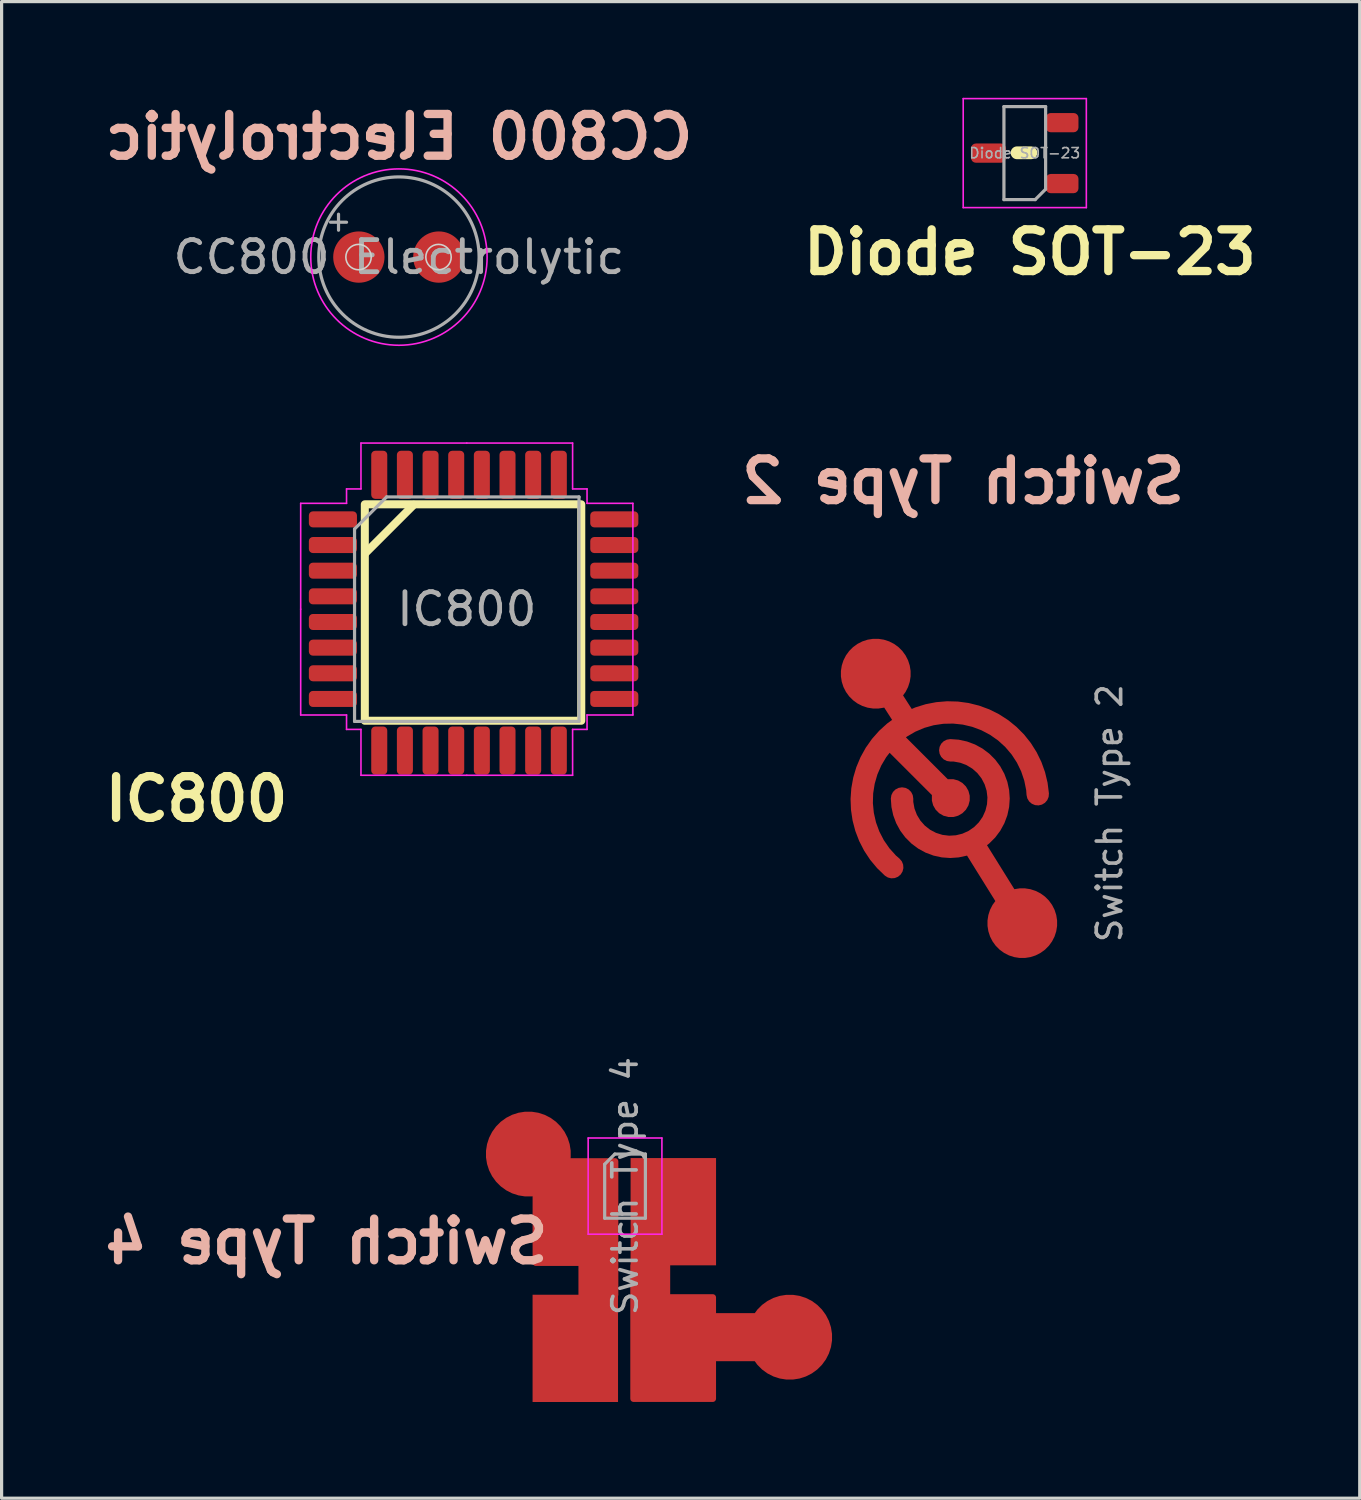
<source format=kicad_pcb>
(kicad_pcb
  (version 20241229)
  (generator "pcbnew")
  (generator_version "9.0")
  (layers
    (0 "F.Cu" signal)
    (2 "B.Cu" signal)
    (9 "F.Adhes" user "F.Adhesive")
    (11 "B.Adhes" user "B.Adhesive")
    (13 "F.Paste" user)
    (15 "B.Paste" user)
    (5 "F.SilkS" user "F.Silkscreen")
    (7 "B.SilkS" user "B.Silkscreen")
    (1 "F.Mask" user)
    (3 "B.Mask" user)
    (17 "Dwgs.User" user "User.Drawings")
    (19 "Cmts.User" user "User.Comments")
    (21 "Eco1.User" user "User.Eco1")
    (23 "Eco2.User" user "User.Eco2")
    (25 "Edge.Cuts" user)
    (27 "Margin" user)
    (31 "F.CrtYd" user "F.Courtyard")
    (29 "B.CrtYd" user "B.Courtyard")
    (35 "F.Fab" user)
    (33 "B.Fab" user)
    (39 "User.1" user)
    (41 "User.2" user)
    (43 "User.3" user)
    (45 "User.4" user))
  (footprint "CC800 Electrolytic"
    (layer "F.Cu")
    (at 8.141 4.967)
    (property "Reference" "CC800 Electrolytic" (at 1.25 -3.75 0) (layer "B.SilkS") (effects (font (size 1.3 1.3) (thickness 0.26) (bold yes)) (justify mirror)))
    (attr through_hole)
    (fp_circle (center -0.01 0) (end 0.27 0.28) (stroke (width 0.05) (type default)) (fill no) (layer "Edge.Cuts"))
    (fp_circle (center 2.484 0) (end 2.764 0.28) (stroke (width 0.05) (type default)) (fill no) (layer "Edge.Cuts"))
    (fp_circle (center 1.25 0) (end 4 0) (stroke (width 0.05) (type solid)) (fill no) (layer "F.CrtYd"))
    (fp_line (start -0.884 -1.087) (end -0.384 -1.087) (stroke (width 0.1) (type solid)) (layer "F.Fab"))
    (fp_line (start -0.634 -1.337) (end -0.634 -0.838) (stroke (width 0.1) (type solid)) (layer "F.Fab"))
    (fp_circle (center 1.25 0) (end 3.75 0) (stroke (width 0.1) (type solid)) (fill no) (layer "F.Fab"))
    (fp_text user "${REFERENCE}" (at 1.25 0 0) (layer "F.Fab") (effects (font (size 1 1) (thickness 0.15))))
    (pad "1" smd circle (at 0 0) (size 1.6 1.6) (layers "F.Cu" "F.Mask" "F.Paste"))
    (pad "2" smd circle (at 2.494 0) (size 1.6 1.6) (layers "F.Cu" "F.Mask" "F.Paste")))
  (footprint "Switch Type 4"
    (layer "F.Cu")
    (at 16.442 33.44)
    (property "Reference" "Switch Type 4" (at -9.31 2.224 0) (layer "B.SilkS") (effects (font (size 1.3 1.3) (thickness 0.26) (bold yes)) (justify mirror)))
    (attr through_hole)
    (fp_line (start -1.15 -1) (end -1.15 2) (stroke (width 0.05) (type solid)) (layer "F.CrtYd"))
    (fp_line (start -1.15 2) (end 1.15 2) (stroke (width 0.05) (type solid)) (layer "F.CrtYd"))
    (fp_line (start 1.15 -1) (end -1.15 -1) (stroke (width 0.05) (type solid)) (layer "F.CrtYd"))
    (fp_line (start 1.15 2) (end 1.15 -1) (stroke (width 0.05) (type solid)) (layer "F.CrtYd"))
    (fp_line (start -0.635 -0.182) (end -0.318 -0.5) (stroke (width 0.1) (type solid)) (layer "F.Fab"))
    (fp_line (start -0.635 1.5) (end -0.635 -0.182) (stroke (width 0.1) (type solid)) (layer "F.Fab"))
    (fp_line (start -0.318 -0.5) (end 0.635 -0.5) (stroke (width 0.1) (type solid)) (layer "F.Fab"))
    (fp_line (start 0.635 -0.5) (end 0.635 1.5) (stroke (width 0.1) (type solid)) (layer "F.Fab"))
    (fp_line (start 0.635 1.5) (end -0.635 1.5) (stroke (width 0.1) (type solid)) (layer "F.Fab"))
    (fp_text user "${REFERENCE}" (at 0 0.5 90) (layer "F.Fab") (effects (font (size 0.76 0.76) (thickness 0.114))))
    (pad "1" smd custom (at 1.506 1.298) (size 2.665 3.345) (layers "F.Cu" "F.Mask") (options (anchor rect)) (primitives (gr_rect (start -1.242 1.673) (end -0.198 2.732) (width 0.2) (fill yes)) (gr_rect (start -1.242 2.672) (end 1.232 5.832) (width 0.2) (fill yes)) (gr_rect (start 0.522 3.263) (end 3.628 4.562) (width 0.2) (fill yes)) (gr_circle (center 3.628 3.913) (end 4.853 3.913) (width 0.2) (fill yes))))
    (pad "2" smd custom (at -1.551 5.56 180) (size 2.665 3.345) (layers "F.Cu" "F.Mask") (options (anchor rect)) (primitives (gr_rect (start -1.242 1.673) (end -0.198 2.732) (width 0.2) (fill yes)) (gr_rect (start -1.242 2.672) (end 1.232 5.832) (width 0.2) (fill yes)) (gr_circle (center 1.464 6.06) (end 2.689 6.06) (width 0.2) (fill yes)))))
  (footprint "IC800"
    (layer "F.Cu")
    (at 11.677 16.187)
    (property "Reference" "IC800" (at -8.6 5.68 180) (layer "F.SilkS") (effects (font (size 1.3 1.3) (thickness 0.26) (bold yes))))
    (attr smd)
    (fp_line (start -3.335 -1.985) (end -1.825 -3.495) (stroke (width 0.25) (type default)) (layer "F.SilkS"))
    (fp_rect (start -3.35 -3.51) (end 3.4 3.24) (stroke (width 0.25) (type default)) (fill no) (layer "F.SilkS"))
    (fp_line (start -5.35 -3.54) (end -5.35 -0.24) (stroke (width 0.05) (type solid)) (layer "F.CrtYd"))
    (fp_line (start -5.35 3.06) (end -5.35 -0.24) (stroke (width 0.05) (type solid)) (layer "F.CrtYd"))
    (fp_line (start -3.92 -3.99) (end -3.92 -3.54) (stroke (width 0.05) (type solid)) (layer "F.CrtYd"))
    (fp_line (start -3.92 -3.54) (end -5.35 -3.54) (stroke (width 0.05) (type solid)) (layer "F.CrtYd"))
    (fp_line (start -3.92 3.06) (end -5.35 3.06) (stroke (width 0.05) (type solid)) (layer "F.CrtYd"))
    (fp_line (start -3.92 3.51) (end -3.92 3.06) (stroke (width 0.05) (type solid)) (layer "F.CrtYd"))
    (fp_line (start -3.47 -5.42) (end -3.47 -3.99) (stroke (width 0.05) (type solid)) (layer "F.CrtYd"))
    (fp_line (start -3.47 -3.99) (end -3.92 -3.99) (stroke (width 0.05) (type solid)) (layer "F.CrtYd"))
    (fp_line (start -3.47 3.51) (end -3.92 3.51) (stroke (width 0.05) (type solid)) (layer "F.CrtYd"))
    (fp_line (start -3.47 4.94) (end -3.47 3.51) (stroke (width 0.05) (type solid)) (layer "F.CrtYd"))
    (fp_line (start -0.17 -5.42) (end -3.47 -5.42) (stroke (width 0.05) (type solid)) (layer "F.CrtYd"))
    (fp_line (start -0.17 -5.42) (end 3.13 -5.42) (stroke (width 0.05) (type solid)) (layer "F.CrtYd"))
    (fp_line (start -0.17 4.94) (end -3.47 4.94) (stroke (width 0.05) (type solid)) (layer "F.CrtYd"))
    (fp_line (start -0.17 4.94) (end 3.13 4.94) (stroke (width 0.05) (type solid)) (layer "F.CrtYd"))
    (fp_line (start 3.13 -5.42) (end 3.13 -3.99) (stroke (width 0.05) (type solid)) (layer "F.CrtYd"))
    (fp_line (start 3.13 -3.99) (end 3.58 -3.99) (stroke (width 0.05) (type solid)) (layer "F.CrtYd"))
    (fp_line (start 3.13 3.51) (end 3.58 3.51) (stroke (width 0.05) (type solid)) (layer "F.CrtYd"))
    (fp_line (start 3.13 4.94) (end 3.13 3.51) (stroke (width 0.05) (type solid)) (layer "F.CrtYd"))
    (fp_line (start 3.58 -3.99) (end 3.58 -3.54) (stroke (width 0.05) (type solid)) (layer "F.CrtYd"))
    (fp_line (start 3.58 -3.54) (end 5.01 -3.54) (stroke (width 0.05) (type solid)) (layer "F.CrtYd"))
    (fp_line (start 3.58 3.06) (end 5.01 3.06) (stroke (width 0.05) (type solid)) (layer "F.CrtYd"))
    (fp_line (start 3.58 3.51) (end 3.58 3.06) (stroke (width 0.05) (type solid)) (layer "F.CrtYd"))
    (fp_line (start 5.01 -3.54) (end 5.01 -0.24) (stroke (width 0.05) (type solid)) (layer "F.CrtYd"))
    (fp_line (start 5.01 3.06) (end 5.01 -0.24) (stroke (width 0.05) (type solid)) (layer "F.CrtYd"))
    (fp_line (start -3.67 -2.74) (end -2.67 -3.74) (stroke (width 0.1) (type solid)) (layer "F.Fab"))
    (fp_line (start -3.67 3.26) (end -3.67 -2.74) (stroke (width 0.1) (type solid)) (layer "F.Fab"))
    (fp_line (start -2.67 -3.74) (end 3.33 -3.74) (stroke (width 0.1) (type solid)) (layer "F.Fab"))
    (fp_line (start 3.33 -3.74) (end 3.33 3.26) (stroke (width 0.1) (type solid)) (layer "F.Fab"))
    (fp_line (start 3.33 3.26) (end -3.67 3.26) (stroke (width 0.1) (type solid)) (layer "F.Fab"))
    (fp_text user "${REFERENCE}" (at -0.17 -0.24 180) (layer "F.Fab") (effects (font (size 1 1) (thickness 0.15))))
    (pad "1" smd roundrect (at -4.345 -3.04) (size 1.5 0.5) (layers "F.Cu" "F.Mask" "F.Paste") (roundrect_rratio 0.25))
    (pad "2" smd roundrect (at -4.345 -2.24) (size 1.5 0.5) (layers "F.Cu" "F.Mask" "F.Paste") (roundrect_rratio 0.25))
    (pad "3" smd roundrect (at -4.345 -1.44) (size 1.5 0.5) (layers "F.Cu" "F.Mask" "F.Paste") (roundrect_rratio 0.25))
    (pad "4" smd roundrect (at -4.345 -0.64) (size 1.5 0.5) (layers "F.Cu" "F.Mask" "F.Paste") (roundrect_rratio 0.25))
    (pad "5" smd roundrect (at -4.345 0.16) (size 1.5 0.5) (layers "F.Cu" "F.Mask" "F.Paste") (roundrect_rratio 0.25))
    (pad "6" smd roundrect (at -4.345 0.96) (size 1.5 0.5) (layers "F.Cu" "F.Mask" "F.Paste") (roundrect_rratio 0.25))
    (pad "7" smd roundrect (at -4.345 1.76) (size 1.5 0.5) (layers "F.Cu" "F.Mask" "F.Paste") (roundrect_rratio 0.25))
    (pad "8" smd roundrect (at -4.345 2.56) (size 1.5 0.5) (layers "F.Cu" "F.Mask" "F.Paste") (roundrect_rratio 0.25))
    (pad "9" smd roundrect (at -2.9 4.17) (size 0.5 1.5) (layers "F.Cu" "F.Mask" "F.Paste") (roundrect_rratio 0.25))
    (pad "10" smd roundrect (at -2.1 4.17) (size 0.5 1.5) (layers "F.Cu" "F.Mask" "F.Paste") (roundrect_rratio 0.25))
    (pad "11" smd roundrect (at -1.3 4.17) (size 0.5 1.5) (layers "F.Cu" "F.Mask" "F.Paste") (roundrect_rratio 0.25))
    (pad "12" smd roundrect (at -0.5 4.17) (size 0.5 1.5) (layers "F.Cu" "F.Mask" "F.Paste") (roundrect_rratio 0.25))
    (pad "13" smd roundrect (at 0.3 4.17) (size 0.5 1.5) (layers "F.Cu" "F.Mask" "F.Paste") (roundrect_rratio 0.25))
    (pad "14" smd roundrect (at 1.1 4.17) (size 0.5 1.5) (layers "F.Cu" "F.Mask" "F.Paste") (roundrect_rratio 0.25))
    (pad "15" smd roundrect (at 1.9 4.17) (size 0.5 1.5) (layers "F.Cu" "F.Mask" "F.Paste") (roundrect_rratio 0.25))
    (pad "16" smd roundrect (at 2.7 4.17) (size 0.5 1.5) (layers "F.Cu" "F.Mask" "F.Paste") (roundrect_rratio 0.25))
    (pad "17" smd roundrect (at 4.43 2.56) (size 1.5 0.5) (layers "F.Cu" "F.Mask" "F.Paste") (roundrect_rratio 0.25))
    (pad "18" smd roundrect (at 4.43 1.76) (size 1.5 0.5) (layers "F.Cu" "F.Mask" "F.Paste") (roundrect_rratio 0.25))
    (pad "19" smd roundrect (at 4.43 0.96) (size 1.5 0.5) (layers "F.Cu" "F.Mask" "F.Paste") (roundrect_rratio 0.25))
    (pad "20" smd roundrect (at 4.43 0.16) (size 1.5 0.5) (layers "F.Cu" "F.Mask" "F.Paste") (roundrect_rratio 0.25))
    (pad "21" smd roundrect (at 4.43 -0.64) (size 1.5 0.5) (layers "F.Cu" "F.Mask" "F.Paste") (roundrect_rratio 0.25))
    (pad "22" smd roundrect (at 4.43 -1.44) (size 1.5 0.5) (layers "F.Cu" "F.Mask" "F.Paste") (roundrect_rratio 0.25))
    (pad "23" smd roundrect (at 4.43 -2.24) (size 1.5 0.5) (layers "F.Cu" "F.Mask" "F.Paste") (roundrect_rratio 0.25))
    (pad "24" smd roundrect (at 4.43 -3.04) (size 1.5 0.5) (layers "F.Cu" "F.Mask" "F.Paste") (roundrect_rratio 0.25))
    (pad "25" smd roundrect (at 2.7 -4.43) (size 0.5 1.5) (layers "F.Cu" "F.Mask" "F.Paste") (roundrect_rratio 0.25))
    (pad "26" smd roundrect (at 1.9 -4.43) (size 0.5 1.5) (layers "F.Cu" "F.Mask" "F.Paste") (roundrect_rratio 0.25))
    (pad "27" smd roundrect (at 1.1 -4.43) (size 0.5 1.5) (layers "F.Cu" "F.Mask" "F.Paste") (roundrect_rratio 0.25))
    (pad "28" smd roundrect (at 0.3 -4.43) (size 0.5 1.5) (layers "F.Cu" "F.Mask" "F.Paste") (roundrect_rratio 0.25))
    (pad "29" smd roundrect (at -0.5 -4.43) (size 0.5 1.5) (layers "F.Cu" "F.Mask" "F.Paste") (roundrect_rratio 0.25))
    (pad "30" smd roundrect (at -1.3 -4.43) (size 0.5 1.5) (layers "F.Cu" "F.Mask" "F.Paste") (roundrect_rratio 0.25))
    (pad "31" smd roundrect (at -2.1 -4.43) (size 0.5 1.5) (layers "F.Cu" "F.Mask" "F.Paste") (roundrect_rratio 0.25))
    (pad "32" smd roundrect (at -2.9 -4.43) (size 0.5 1.5) (layers "F.Cu" "F.Mask" "F.Paste") (roundrect_rratio 0.25)))
  (footprint "Diode SOT-23"
    (layer "F.Cu")
    (at 28.908 1.715)
    (property "Reference" "Diode SOT-23" (at 0.16 3.1 0) (layer "F.SilkS") (effects (font (size 1.3 1.3) (thickness 0.26) (bold yes))))
    (attr smd)
    (fp_line (start -0.24 0) (end 0.19 0) (stroke (width 0.4) (type default)) (layer "F.SilkS"))
    (fp_line (start -1.92 -1.69) (end -1.92 1.71) (stroke (width 0.05) (type solid)) (layer "F.CrtYd"))
    (fp_line (start -1.92 1.71) (end 1.92 1.71) (stroke (width 0.05) (type solid)) (layer "F.CrtYd"))
    (fp_line (start 1.92 -1.69) (end -1.92 -1.69) (stroke (width 0.05) (type solid)) (layer "F.CrtYd"))
    (fp_line (start 1.92 1.71) (end 1.92 -1.69) (stroke (width 0.05) (type solid)) (layer "F.CrtYd"))
    (fp_line (start -0.65 -1.44) (end 0.65 -1.44) (stroke (width 0.1) (type solid)) (layer "F.Fab"))
    (fp_line (start -0.65 1.46) (end -0.65 -1.44) (stroke (width 0.1) (type solid)) (layer "F.Fab"))
    (fp_line (start 0.325 1.46) (end -0.65 1.46) (stroke (width 0.1) (type solid)) (layer "F.Fab"))
    (fp_line (start 0.65 -1.44) (end 0.65 1.135) (stroke (width 0.1) (type solid)) (layer "F.Fab"))
    (fp_line (start 0.65 1.135) (end 0.325 1.46) (stroke (width 0.1) (type solid)) (layer "F.Fab"))
    (fp_text user "${REFERENCE}" (at 0 0.01 0) (layer "F.Fab") (effects (font (size 0.32 0.32) (thickness 0.05))))
    (pad "1" smd roundrect (at 1.167 0.96 180) (size 1.015 0.6) (layers "F.Cu" "F.Mask" "F.Paste") (roundrect_rratio 0.25))
    (pad "2" smd roundrect (at 1.167 -0.94 180) (size 1.015 0.6) (layers "F.Cu" "F.Mask" "F.Paste") (roundrect_rratio 0.25))
    (pad "3" smd roundrect (at -1.133 0.01 180) (size 1.085 0.6) (layers "F.Cu" "F.Mask" "F.Paste") (roundrect_rratio 0.25)))
  (footprint "Switch Type 2"
    (layer "F.Cu")
    (at 26.551 21.829)
    (property "Reference" "Switch Type 2" (at 0.437 -9.871 0) (layer "B.SilkS") (effects (font (size 1.3 1.3) (thickness 0.26) (bold yes)) (justify mirror)))
    (attr through_hole)
    (fp_text user "${REFERENCE}" (at 5 0.48 90) (layer "F.Fab") (effects (font (size 0.76 0.76) (thickness 0.114))))
    (pad "1" smd custom (at -2.29 -3.87) (size 2.18 2.18) (layers "F.Cu" "F.Mask") (options (anchor circle)) (primitives (gr_line (start 0 0) (end 0.97 1.51) (width 0.7)) (gr_arc (start 0.512825 6.033322) (mid 1.08 1.5) (end 5.051194 3.758831) (width 0.7)) (gr_line (start 0.441 1.981) (end 2.34 3.88) (width 0.7)) (gr_line (start 2.34 3.88) (end 2.34 3.88) (width 0.2)) (gr_circle (center 2.34 3.88) (end 2.835 3.88) (width 0.2) (fill yes))))
    (pad "2" smd custom (at 2.28 3.91) (size 2.177 2.177) (layers "F.Cu" "F.Mask") (options (anchor circle)) (primitives (gr_line (start 0 0) (end -1.55 -2.49) (width 0.7)) (gr_arc (start -2.245806 -5.39) (mid -1.18218 -2.822181) (end -3.75 -3.885804) (width 0.7)))))
  (gr_rect
    (start -3 -3)
    (end 39.354 43.673)
    (stroke (width 0.1) (type default))
    (fill no)
    (layer "Edge.Cuts")))
</source>
